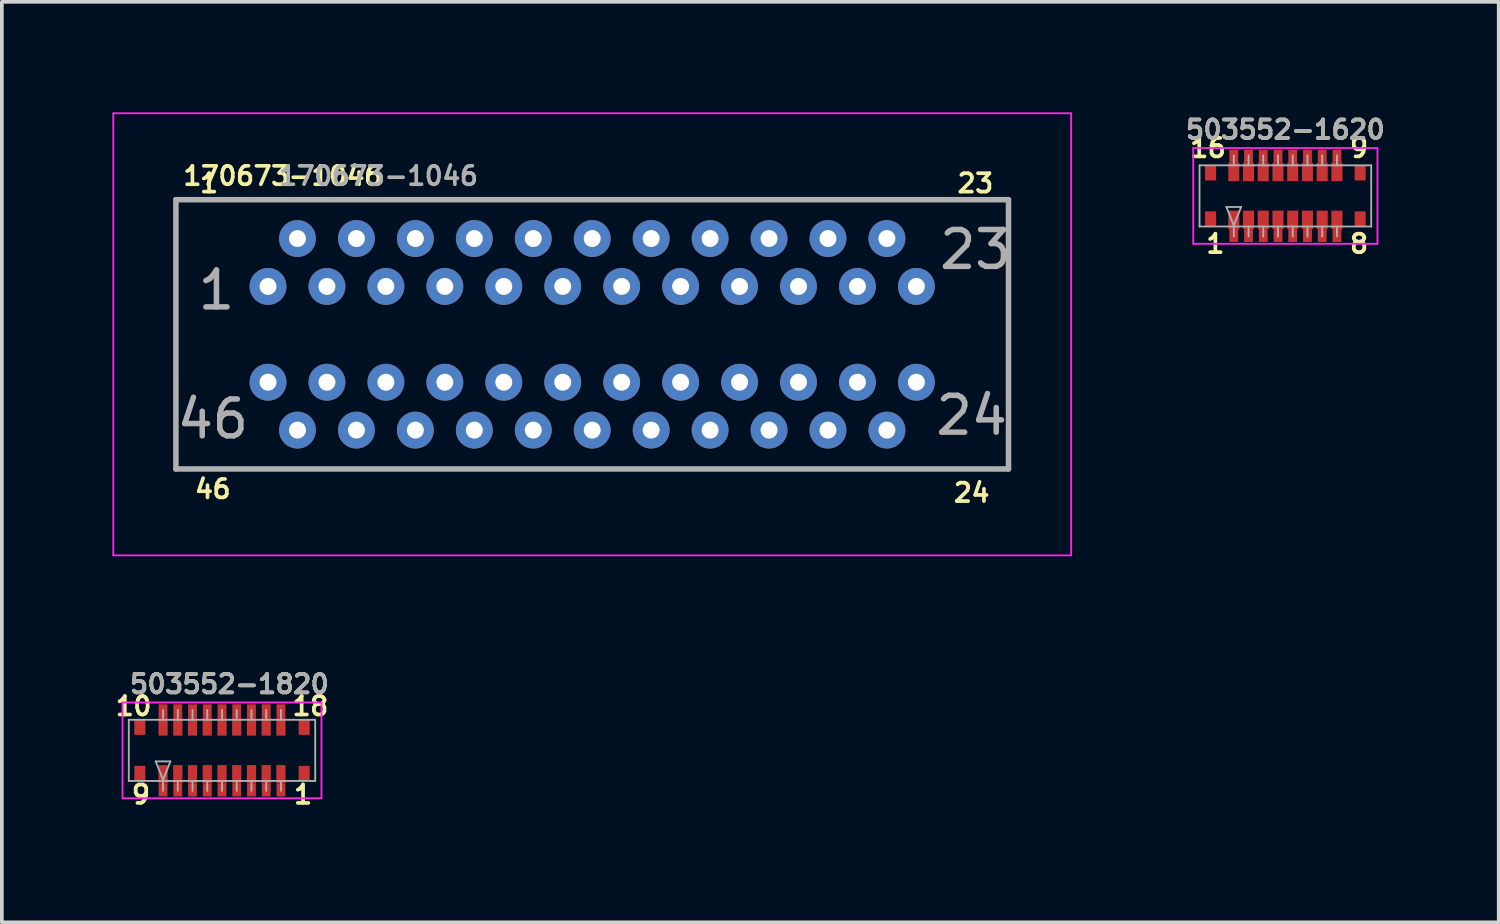
<source format=kicad_pcb>
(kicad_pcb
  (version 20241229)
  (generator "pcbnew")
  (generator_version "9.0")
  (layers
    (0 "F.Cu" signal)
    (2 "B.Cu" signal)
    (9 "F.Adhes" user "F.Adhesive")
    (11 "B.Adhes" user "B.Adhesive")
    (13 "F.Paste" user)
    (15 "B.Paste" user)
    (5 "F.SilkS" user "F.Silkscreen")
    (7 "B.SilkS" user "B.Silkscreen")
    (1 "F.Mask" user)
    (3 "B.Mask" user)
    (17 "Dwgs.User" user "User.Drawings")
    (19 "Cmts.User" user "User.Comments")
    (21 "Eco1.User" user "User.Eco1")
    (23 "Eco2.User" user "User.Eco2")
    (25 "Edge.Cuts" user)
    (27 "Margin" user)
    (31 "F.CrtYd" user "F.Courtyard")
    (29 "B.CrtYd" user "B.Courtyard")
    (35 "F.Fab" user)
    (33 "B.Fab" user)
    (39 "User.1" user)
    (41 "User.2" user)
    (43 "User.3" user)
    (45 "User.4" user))
  (footprint "503552-1620"
    (layer "F.Cu")
    (at 31.84 2.268)
    (property "Reference" "503552-1620" (at 0 -1.8 0) (layer "F.SilkS") (effects (font (size 0.5 0.5) (thickness 0.1))))
    (attr smd)
    (fp_line (start -2.5 -1.3) (end 2.5 -1.3) (stroke (width 0.05) (type solid)) (layer "F.CrtYd"))
    (fp_line (start -2.5 1.3) (end -2.5 -1.3) (stroke (width 0.05) (type solid)) (layer "F.CrtYd"))
    (fp_line (start 2.5 -1.3) (end 2.5 1.3) (stroke (width 0.05) (type solid)) (layer "F.CrtYd"))
    (fp_line (start 2.5 1.3) (end -2.5 1.3) (stroke (width 0.05) (type solid)) (layer "F.CrtYd"))
    (fp_line (start -2.33 -0.83) (end 2.33 -0.83) (stroke (width 0.05) (type solid)) (layer "F.Fab"))
    (fp_line (start -2.33 0.83) (end -2.33 -0.83) (stroke (width 0.05) (type solid)) (layer "F.Fab"))
    (fp_line (start -1.6 0.3) (end -1.2 0.3) (stroke (width 0.05) (type solid)) (layer "F.Fab"))
    (fp_line (start -1.4 -1.1) (end -1.4 -0.83) (stroke (width 0.05) (type solid)) (layer "F.Fab"))
    (fp_line (start -1.4 0.8) (end -1.6 0.3) (stroke (width 0.05) (type solid)) (layer "F.Fab"))
    (fp_line (start -1.4 0.83) (end -1.4 1.1) (stroke (width 0.05) (type solid)) (layer "F.Fab"))
    (fp_line (start -1.2 0.3) (end -1.4 0.8) (stroke (width 0.05) (type solid)) (layer "F.Fab"))
    (fp_line (start -1 -1.1) (end -1 -0.83) (stroke (width 0.05) (type solid)) (layer "F.Fab"))
    (fp_line (start -1 0.83) (end -1 1.1) (stroke (width 0.05) (type solid)) (layer "F.Fab"))
    (fp_line (start -0.6 -1.1) (end -0.6 -0.83) (stroke (width 0.05) (type solid)) (layer "F.Fab"))
    (fp_line (start -0.6 0.83) (end -0.6 1.1) (stroke (width 0.05) (type solid)) (layer "F.Fab"))
    (fp_line (start -0.2 -1.1) (end -0.2 -0.83) (stroke (width 0.05) (type solid)) (layer "F.Fab"))
    (fp_line (start -0.2 0.83) (end -0.2 1.1) (stroke (width 0.05) (type solid)) (layer "F.Fab"))
    (fp_line (start 0.2 -1.1) (end 0.2 -0.83) (stroke (width 0.05) (type solid)) (layer "F.Fab"))
    (fp_line (start 0.2 0.83) (end 0.2 1.1) (stroke (width 0.05) (type solid)) (layer "F.Fab"))
    (fp_line (start 0.6 -1.1) (end 0.6 -0.83) (stroke (width 0.05) (type solid)) (layer "F.Fab"))
    (fp_line (start 0.6 0.83) (end 0.6 1.1) (stroke (width 0.05) (type solid)) (layer "F.Fab"))
    (fp_line (start 1 -1.1) (end 1 -0.83) (stroke (width 0.05) (type solid)) (layer "F.Fab"))
    (fp_line (start 1 0.83) (end 1 1.1) (stroke (width 0.05) (type solid)) (layer "F.Fab"))
    (fp_line (start 1.4 -1.1) (end 1.4 -0.83) (stroke (width 0.05) (type solid)) (layer "F.Fab"))
    (fp_line (start 1.4 0.83) (end 1.4 1.1) (stroke (width 0.05) (type solid)) (layer "F.Fab"))
    (fp_line (start 2.33 -0.83) (end 2.33 0.83) (stroke (width 0.05) (type solid)) (layer "F.Fab"))
    (fp_line (start 2.33 0.83) (end -2.33 0.83) (stroke (width 0.05) (type solid)) (layer "F.Fab"))
    (fp_text user "9" (at 2 -1.3 0) (layer "F.SilkS") (effects (font (size 0.5 0.5) (thickness 0.1))))
    (fp_text user "8" (at 2 1.3 0) (layer "F.SilkS") (effects (font (size 0.5 0.5) (thickness 0.1))))
    (fp_text user "16" (at -2.1 -1.3 0) (layer "F.SilkS") (effects (font (size 0.5 0.5) (thickness 0.1))))
    (fp_text user "1" (at -1.9 1.3 0) (layer "F.SilkS") (effects (font (size 0.5 0.5) (thickness 0.1))))
    (fp_text user "${REFERENCE}" (at 0 -1.8 0) (layer "F.Fab") (effects (font (size 0.5 0.5) (thickness 0.1))))
    (pad "" smd rect (at -2.03 -0.63) (size 0.3 0.42) (layers "F.Cu" "F.Mask" "F.Paste"))
    (pad "" smd rect (at -2.03 0.63) (size 0.3 0.42) (layers "F.Cu" "F.Mask" "F.Paste"))
    (pad "" smd rect (at 2.03 -0.63) (size 0.3 0.42) (layers "F.Cu" "F.Mask" "F.Paste"))
    (pad "" smd rect (at 2.03 0.63) (size 0.3 0.42) (layers "F.Cu" "F.Mask" "F.Paste"))
    (pad "1" smd rect (at -1.4 0.65) (size 0.3 0.5) (layers "F.Cu"))
    (pad "1" smd rect (at -1.4 1.075) (size 0.24 0.35) (layers "F.Cu" "F.Mask" "F.Paste"))
    (pad "2" smd rect (at -1 0.65) (size 0.3 0.5) (layers "F.Cu"))
    (pad "2" smd rect (at -1 1.075) (size 0.24 0.35) (layers "F.Cu" "F.Mask" "F.Paste"))
    (pad "3" smd rect (at -0.6 0.65) (size 0.3 0.5) (layers "F.Cu"))
    (pad "3" smd rect (at -0.6 1.075) (size 0.24 0.35) (layers "F.Cu" "F.Mask" "F.Paste"))
    (pad "4" smd rect (at -0.2 0.65) (size 0.3 0.5) (layers "F.Cu"))
    (pad "4" smd rect (at -0.2 1.075) (size 0.24 0.35) (layers "F.Cu" "F.Mask" "F.Paste"))
    (pad "5" smd rect (at 0.2 0.65) (size 0.3 0.5) (layers "F.Cu"))
    (pad "5" smd rect (at 0.2 1.075) (size 0.24 0.35) (layers "F.Cu" "F.Mask" "F.Paste"))
    (pad "6" smd rect (at 0.6 0.65) (size 0.3 0.5) (layers "F.Cu"))
    (pad "6" smd rect (at 0.6 1.075) (size 0.24 0.35) (layers "F.Cu" "F.Mask" "F.Paste"))
    (pad "7" smd rect (at 1 0.65) (size 0.3 0.5) (layers "F.Cu"))
    (pad "7" smd rect (at 1 1.075) (size 0.24 0.35) (layers "F.Cu" "F.Mask" "F.Paste"))
    (pad "8" smd rect (at 1.4 0.65) (size 0.3 0.5) (layers "F.Cu"))
    (pad "8" smd rect (at 1.4 1.075) (size 0.24 0.35) (layers "F.Cu" "F.Mask" "F.Paste"))
    (pad "9" smd rect (at 1.4 -1.075) (size 0.24 0.35) (layers "F.Cu" "F.Mask" "F.Paste"))
    (pad "9" smd rect (at 1.4 -0.65) (size 0.3 0.5) (layers "F.Cu"))
    (pad "10" smd rect (at 1 -1.075) (size 0.24 0.35) (layers "F.Cu" "F.Mask" "F.Paste"))
    (pad "10" smd rect (at 1 -0.65) (size 0.3 0.5) (layers "F.Cu"))
    (pad "11" smd rect (at 0.6 -1.075) (size 0.24 0.35) (layers "F.Cu" "F.Mask" "F.Paste"))
    (pad "11" smd rect (at 0.6 -0.65) (size 0.3 0.5) (layers "F.Cu"))
    (pad "12" smd rect (at 0.2 -1.075) (size 0.24 0.35) (layers "F.Cu" "F.Mask" "F.Paste"))
    (pad "12" smd rect (at 0.2 -0.65) (size 0.3 0.5) (layers "F.Cu"))
    (pad "13" smd rect (at -0.2 -1.075) (size 0.24 0.35) (layers "F.Cu" "F.Mask" "F.Paste"))
    (pad "13" smd rect (at -0.2 -0.65) (size 0.3 0.5) (layers "F.Cu"))
    (pad "14" smd rect (at -0.6 -1.075) (size 0.24 0.35) (layers "F.Cu" "F.Mask" "F.Paste"))
    (pad "14" smd rect (at -0.6 -0.65) (size 0.3 0.5) (layers "F.Cu"))
    (pad "15" smd rect (at -1 -1.075) (size 0.24 0.35) (layers "F.Cu" "F.Mask" "F.Paste"))
    (pad "15" smd rect (at -1 -0.65) (size 0.3 0.5) (layers "F.Cu"))
    (pad "16" smd rect (at -1.4 -1.075) (size 0.24 0.35) (layers "F.Cu" "F.Mask" "F.Paste"))
    (pad "16" smd rect (at -1.4 -0.65) (size 0.3 0.5) (layers "F.Cu")))
  (footprint "170673-1046"
    (layer "F.Cu")
    (at 13.025 6.025)
    (property "Reference" "170673-1046" (at -8.4 -4.3 0) (layer "F.SilkS") (effects (font (size 0.5 0.5) (thickness 0.1))))
    (attr through_hole)
    (fp_line (start -13 -6) (end 13 -6) (stroke (width 0.05) (type solid)) (layer "F.CrtYd"))
    (fp_line (start -13 6) (end -13 -6) (stroke (width 0.05) (type solid)) (layer "F.CrtYd"))
    (fp_line (start 13 -6) (end 13 6) (stroke (width 0.05) (type solid)) (layer "F.CrtYd"))
    (fp_line (start 13 6) (end -13 6) (stroke (width 0.05) (type solid)) (layer "F.CrtYd"))
    (fp_line (start -11.3 -3.655) (end 11.3 -3.655) (stroke (width 0.15) (type solid)) (layer "F.Fab"))
    (fp_line (start -11.3 3.655) (end -11.3 -3.655) (stroke (width 0.15) (type solid)) (layer "F.Fab"))
    (fp_line (start 11.3 -3.655) (end 11.3 3.655) (stroke (width 0.15) (type solid)) (layer "F.Fab"))
    (fp_line (start 11.3 3.655) (end -11.3 3.655) (stroke (width 0.15) (type solid)) (layer "F.Fab"))
    (fp_text user "24" (at 10.3 4.3 0) (layer "F.SilkS") (effects (font (size 0.5 0.5) (thickness 0.1))))
    (fp_text user "1" (at -10.4 -4.1 0) (layer "F.SilkS") (effects (font (size 0.5 0.5) (thickness 0.1))))
    (fp_text user "23" (at 10.4 -4.1 0) (layer "F.SilkS") (effects (font (size 0.5 0.5) (thickness 0.1))))
    (fp_text user "46" (at -10.3 4.2 0) (layer "F.SilkS") (effects (font (size 0.5 0.5) (thickness 0.1))))
    (fp_text user "23" (at 10.4 -2.3 0) (layer "F.Fab") (effects (font (size 1 1) (thickness 0.15))))
    (fp_text user "${REFERENCE}" (at -5.8 -4.3 0) (layer "F.Fab") (effects (font (size 0.5 0.5) (thickness 0.1))))
    (fp_text user "46" (at -10.3 2.3 0) (layer "F.Fab") (effects (font (size 1 1) (thickness 0.15))))
    (fp_text user "1" (at -10.2 -1.2 0) (layer "F.Fab") (effects (font (size 1 1) (thickness 0.15))))
    (fp_text user "24" (at 10.3 2.2 0) (layer "F.Fab") (effects (font (size 1 1) (thickness 0.15))))
    (pad "1" thru_hole circle (at -8.8 -1.3) (size 1 1) (drill 0.46) (layers "*.Cu" "*.Mask"))
    (pad "2" thru_hole circle (at -8 -2.6) (size 1 1) (drill 0.46) (layers "*.Cu" "*.Mask"))
    (pad "3" thru_hole circle (at -7.2 -1.3) (size 1 1) (drill 0.46) (layers "*.Cu" "*.Mask"))
    (pad "4" thru_hole circle (at -6.4 -2.6) (size 1 1) (drill 0.46) (layers "*.Cu" "*.Mask"))
    (pad "5" thru_hole circle (at -5.6 -1.3) (size 1 1) (drill 0.46) (layers "*.Cu" "*.Mask"))
    (pad "6" thru_hole circle (at -4.8 -2.6) (size 1 1) (drill 0.46) (layers "*.Cu" "*.Mask"))
    (pad "7" thru_hole circle (at -4 -1.3) (size 1 1) (drill 0.46) (layers "*.Cu" "*.Mask"))
    (pad "8" thru_hole circle (at -3.2 -2.6) (size 1 1) (drill 0.46) (layers "*.Cu" "*.Mask"))
    (pad "9" thru_hole circle (at -2.4 -1.3) (size 1 1) (drill 0.46) (layers "*.Cu" "*.Mask"))
    (pad "10" thru_hole circle (at -1.6 -2.6) (size 1 1) (drill 0.46) (layers "*.Cu" "*.Mask"))
    (pad "11" thru_hole circle (at -0.8 -1.3) (size 1 1) (drill 0.46) (layers "*.Cu" "*.Mask"))
    (pad "12" thru_hole circle (at 0 -2.6) (size 1 1) (drill 0.46) (layers "*.Cu" "*.Mask"))
    (pad "13" thru_hole circle (at 0.8 -1.3) (size 1 1) (drill 0.46) (layers "*.Cu" "*.Mask"))
    (pad "14" thru_hole circle (at 1.6 -2.6) (size 1 1) (drill 0.46) (layers "*.Cu" "*.Mask"))
    (pad "15" thru_hole circle (at 2.4 -1.3) (size 1 1) (drill 0.46) (layers "*.Cu" "*.Mask"))
    (pad "16" thru_hole circle (at 3.2 -2.6) (size 1 1) (drill 0.46) (layers "*.Cu" "*.Mask"))
    (pad "17" thru_hole circle (at 4 -1.3) (size 1 1) (drill 0.46) (layers "*.Cu" "*.Mask"))
    (pad "18" thru_hole circle (at 4.8 -2.6) (size 1 1) (drill 0.46) (layers "*.Cu" "*.Mask"))
    (pad "19" thru_hole circle (at 5.6 -1.3) (size 1 1) (drill 0.46) (layers "*.Cu" "*.Mask"))
    (pad "20" thru_hole circle (at 6.4 -2.6) (size 1 1) (drill 0.46) (layers "*.Cu" "*.Mask"))
    (pad "21" thru_hole circle (at 7.2 -1.3) (size 1 1) (drill 0.46) (layers "*.Cu" "*.Mask"))
    (pad "22" thru_hole circle (at 8 -2.6) (size 1 1) (drill 0.46) (layers "*.Cu" "*.Mask"))
    (pad "23" thru_hole circle (at 8.8 -1.3) (size 1 1) (drill 0.46) (layers "*.Cu" "*.Mask"))
    (pad "24" thru_hole circle (at 8.8 1.3) (size 1 1) (drill 0.46) (layers "*.Cu" "*.Mask"))
    (pad "25" thru_hole circle (at 8 2.6) (size 1 1) (drill 0.46) (layers "*.Cu" "*.Mask"))
    (pad "26" thru_hole circle (at 7.2 1.3) (size 1 1) (drill 0.46) (layers "*.Cu" "*.Mask"))
    (pad "27" thru_hole circle (at 6.4 2.6) (size 1 1) (drill 0.46) (layers "*.Cu" "*.Mask"))
    (pad "28" thru_hole circle (at 5.6 1.3) (size 1 1) (drill 0.46) (layers "*.Cu" "*.Mask"))
    (pad "29" thru_hole circle (at 4.8 2.6) (size 1 1) (drill 0.46) (layers "*.Cu" "*.Mask"))
    (pad "30" thru_hole circle (at 4 1.3) (size 1 1) (drill 0.46) (layers "*.Cu" "*.Mask"))
    (pad "31" thru_hole circle (at 3.2 2.6) (size 1 1) (drill 0.46) (layers "*.Cu" "*.Mask"))
    (pad "32" thru_hole circle (at 2.4 1.3) (size 1 1) (drill 0.46) (layers "*.Cu" "*.Mask"))
    (pad "33" thru_hole circle (at 1.6 2.6) (size 1 1) (drill 0.46) (layers "*.Cu" "*.Mask"))
    (pad "34" thru_hole circle (at 0.8 1.3) (size 1 1) (drill 0.46) (layers "*.Cu" "*.Mask"))
    (pad "35" thru_hole circle (at 0 2.6) (size 1 1) (drill 0.46) (layers "*.Cu" "*.Mask"))
    (pad "36" thru_hole circle (at -0.8 1.3) (size 1 1) (drill 0.46) (layers "*.Cu" "*.Mask"))
    (pad "37" thru_hole circle (at -1.6 2.6) (size 1 1) (drill 0.46) (layers "*.Cu" "*.Mask"))
    (pad "38" thru_hole circle (at -2.4 1.3) (size 1 1) (drill 0.46) (layers "*.Cu" "*.Mask"))
    (pad "39" thru_hole circle (at -3.2 2.6) (size 1 1) (drill 0.46) (layers "*.Cu" "*.Mask"))
    (pad "40" thru_hole circle (at -4 1.3) (size 1 1) (drill 0.46) (layers "*.Cu" "*.Mask"))
    (pad "41" thru_hole circle (at -4.8 2.6) (size 1 1) (drill 0.46) (layers "*.Cu" "*.Mask"))
    (pad "42" thru_hole circle (at -5.6 1.3) (size 1 1) (drill 0.46) (layers "*.Cu" "*.Mask"))
    (pad "43" thru_hole circle (at -6.4 2.6) (size 1 1) (drill 0.46) (layers "*.Cu" "*.Mask"))
    (pad "44" thru_hole circle (at -7.2 1.3) (size 1 1) (drill 0.46) (layers "*.Cu" "*.Mask"))
    (pad "45" thru_hole circle (at -8 2.6) (size 1 1) (drill 0.46) (layers "*.Cu" "*.Mask"))
    (pad "46" thru_hole circle (at -8.8 1.3) (size 1 1) (drill 0.46) (layers "*.Cu" "*.Mask")))
  (footprint "503552-1820"
    (layer "F.Cu")
    (at 2.976 17.318)
    (property "Reference" "503552-1820" (at 0.2 -1.8 0) (layer "F.SilkS") (effects (font (size 0.5 0.5) (thickness 0.1))))
    (attr smd)
    (fp_line (start -2.7 -1.3) (end 2.7 -1.3) (stroke (width 0.05) (type solid)) (layer "F.CrtYd"))
    (fp_line (start -2.7 1.3) (end -2.7 -1.3) (stroke (width 0.05) (type solid)) (layer "F.CrtYd"))
    (fp_line (start 2.7 -1.3) (end 2.7 1.3) (stroke (width 0.05) (type solid)) (layer "F.CrtYd"))
    (fp_line (start 2.7 1.3) (end -2.7 1.3) (stroke (width 0.05) (type solid)) (layer "F.CrtYd"))
    (fp_line (start -2.53 -0.83) (end 2.53 -0.83) (stroke (width 0.05) (type solid)) (layer "F.Fab"))
    (fp_line (start -2.53 0.83) (end -2.53 -0.83) (stroke (width 0.05) (type solid)) (layer "F.Fab"))
    (fp_line (start -1.8 0.3) (end -1.4 0.3) (stroke (width 0.05) (type solid)) (layer "F.Fab"))
    (fp_line (start -1.6 -1.1) (end -1.6 -0.83) (stroke (width 0.05) (type solid)) (layer "F.Fab"))
    (fp_line (start -1.6 0.8) (end -1.8 0.3) (stroke (width 0.05) (type solid)) (layer "F.Fab"))
    (fp_line (start -1.6 0.83) (end -1.6 1.1) (stroke (width 0.05) (type solid)) (layer "F.Fab"))
    (fp_line (start -1.4 0.3) (end -1.6 0.8) (stroke (width 0.05) (type solid)) (layer "F.Fab"))
    (fp_line (start -1.2 -1.1) (end -1.2 -0.83) (stroke (width 0.05) (type solid)) (layer "F.Fab"))
    (fp_line (start -1.2 0.83) (end -1.2 1.1) (stroke (width 0.05) (type solid)) (layer "F.Fab"))
    (fp_line (start -0.8 -1.1) (end -0.8 -0.83) (stroke (width 0.05) (type solid)) (layer "F.Fab"))
    (fp_line (start -0.8 0.83) (end -0.8 1.1) (stroke (width 0.05) (type solid)) (layer "F.Fab"))
    (fp_line (start -0.4 -1.1) (end -0.4 -0.83) (stroke (width 0.05) (type solid)) (layer "F.Fab"))
    (fp_line (start -0.4 0.83) (end -0.4 1.1) (stroke (width 0.05) (type solid)) (layer "F.Fab"))
    (fp_line (start 0 -1.1) (end 0 -0.83) (stroke (width 0.05) (type solid)) (layer "F.Fab"))
    (fp_line (start 0 0.83) (end 0 1.1) (stroke (width 0.05) (type solid)) (layer "F.Fab"))
    (fp_line (start 0.4 -1.1) (end 0.4 -0.83) (stroke (width 0.05) (type solid)) (layer "F.Fab"))
    (fp_line (start 0.4 0.83) (end 0.4 1.1) (stroke (width 0.05) (type solid)) (layer "F.Fab"))
    (fp_line (start 0.8 -1.1) (end 0.8 -0.83) (stroke (width 0.05) (type solid)) (layer "F.Fab"))
    (fp_line (start 0.8 0.83) (end 0.8 1.1) (stroke (width 0.05) (type solid)) (layer "F.Fab"))
    (fp_line (start 1.2 -1.1) (end 1.2 -0.83) (stroke (width 0.05) (type solid)) (layer "F.Fab"))
    (fp_line (start 1.2 0.83) (end 1.2 1.1) (stroke (width 0.05) (type solid)) (layer "F.Fab"))
    (fp_line (start 1.6 -1.1) (end 1.6 -0.83) (stroke (width 0.05) (type solid)) (layer "F.Fab"))
    (fp_line (start 1.6 0.83) (end 1.6 1.1) (stroke (width 0.05) (type solid)) (layer "F.Fab"))
    (fp_line (start 2.53 -0.83) (end 2.53 0.83) (stroke (width 0.05) (type solid)) (layer "F.Fab"))
    (fp_line (start 2.53 0.83) (end -2.53 0.83) (stroke (width 0.05) (type solid)) (layer "F.Fab"))
    (fp_text user "18" (at 2.4 -1.2 0) (layer "F.SilkS") (effects (font (size 0.5 0.5) (thickness 0.1))))
    (fp_text user "10" (at -2.4 -1.2 0) (layer "F.SilkS") (effects (font (size 0.5 0.5) (thickness 0.1))))
    (fp_text user "1" (at 2.2 1.2 0) (layer "F.SilkS") (effects (font (size 0.5 0.5) (thickness 0.1))))
    (fp_text user "9" (at -2.2 1.2 0) (layer "F.SilkS") (effects (font (size 0.5 0.5) (thickness 0.1))))
    (fp_text user "${REFERENCE}" (at 0.2 -1.8 0) (layer "F.Fab") (effects (font (size 0.5 0.5) (thickness 0.1))))
    (pad "1" smd rect (at 1.6 0.65) (size 0.25 0.5) (layers "F.Cu"))
    (pad "1" smd rect (at 1.6 1.075) (size 0.24 0.35) (layers "F.Cu" "F.Mask" "F.Paste"))
    (pad "2" smd rect (at 1.2 0.65) (size 0.25 0.5) (layers "F.Cu"))
    (pad "2" smd rect (at 1.2 1.075) (size 0.24 0.35) (layers "F.Cu" "F.Mask" "F.Paste"))
    (pad "3" smd rect (at 0.8 0.65) (size 0.25 0.5) (layers "F.Cu"))
    (pad "3" smd rect (at 0.8 1.075) (size 0.24 0.35) (layers "F.Cu" "F.Mask" "F.Paste"))
    (pad "4" smd rect (at 0.4 0.65) (size 0.25 0.5) (layers "F.Cu"))
    (pad "4" smd rect (at 0.4 1.075) (size 0.24 0.35) (layers "F.Cu" "F.Mask" "F.Paste"))
    (pad "5" smd rect (at 0 0.65) (size 0.25 0.5) (layers "F.Cu"))
    (pad "5" smd rect (at 0 1.075) (size 0.24 0.35) (layers "F.Cu" "F.Mask" "F.Paste"))
    (pad "6" smd rect (at -0.4 0.65) (size 0.25 0.5) (layers "F.Cu"))
    (pad "6" smd rect (at -0.4 1.075) (size 0.24 0.35) (layers "F.Cu" "F.Mask" "F.Paste"))
    (pad "7" smd rect (at -0.8 0.65) (size 0.25 0.5) (layers "F.Cu"))
    (pad "7" smd rect (at -0.8 1.075) (size 0.24 0.35) (layers "F.Cu" "F.Mask" "F.Paste"))
    (pad "8" smd rect (at -1.2 0.65) (size 0.25 0.5) (layers "F.Cu"))
    (pad "8" smd rect (at -1.2 1.075) (size 0.24 0.35) (layers "F.Cu" "F.Mask" "F.Paste"))
    (pad "9" smd rect (at -1.6 0.65) (size 0.25 0.5) (layers "F.Cu"))
    (pad "9" smd rect (at -1.6 1.075) (size 0.24 0.35) (layers "F.Cu" "F.Mask" "F.Paste"))
    (pad "10" smd rect (at -1.6 -1.075) (size 0.24 0.35) (layers "F.Cu" "F.Mask" "F.Paste"))
    (pad "10" smd rect (at -1.6 -0.65) (size 0.25 0.5) (layers "F.Cu"))
    (pad "11" smd rect (at -1.2 -1.075) (size 0.24 0.35) (layers "F.Cu" "F.Mask" "F.Paste"))
    (pad "11" smd rect (at -1.2 -0.65) (size 0.25 0.5) (layers "F.Cu"))
    (pad "12" smd rect (at -0.8 -1.075) (size 0.24 0.35) (layers "F.Cu" "F.Mask" "F.Paste"))
    (pad "12" smd rect (at -0.8 -0.65) (size 0.25 0.5) (layers "F.Cu"))
    (pad "13" smd rect (at -0.4 -1.075) (size 0.24 0.35) (layers "F.Cu" "F.Mask" "F.Paste"))
    (pad "13" smd rect (at -0.4 -0.65) (size 0.25 0.5) (layers "F.Cu"))
    (pad "14" smd rect (at 0 -1.075) (size 0.24 0.35) (layers "F.Cu" "F.Mask" "F.Paste"))
    (pad "14" smd rect (at 0 -0.65) (size 0.25 0.5) (layers "F.Cu"))
    (pad "15" smd rect (at 0.4 -1.075) (size 0.24 0.35) (layers "F.Cu" "F.Mask" "F.Paste"))
    (pad "15" smd rect (at 0.4 -0.65) (size 0.25 0.5) (layers "F.Cu"))
    (pad "16" smd rect (at 0.8 -1.075) (size 0.24 0.35) (layers "F.Cu" "F.Mask" "F.Paste"))
    (pad "16" smd rect (at 0.8 -0.65) (size 0.25 0.5) (layers "F.Cu"))
    (pad "17" smd rect (at 1.2 -1.075) (size 0.24 0.35) (layers "F.Cu" "F.Mask" "F.Paste"))
    (pad "17" smd rect (at 1.2 -0.65) (size 0.25 0.5) (layers "F.Cu"))
    (pad "18" smd rect (at 1.6 -1.075) (size 0.24 0.35) (layers "F.Cu" "F.Mask" "F.Paste"))
    (pad "18" smd rect (at 1.6 -0.65) (size 0.25 0.5) (layers "F.Cu"))
    (pad "19" smd rect (at 2.23 -0.63) (size 0.3 0.42) (layers "F.Cu" "F.Mask" "F.Paste"))
    (pad "19" smd rect (at 2.23 0.63) (size 0.3 0.42) (layers "F.Cu" "F.Mask" "F.Paste"))
    (pad "20" smd rect (at -2.23 -0.63) (size 0.3 0.42) (layers "F.Cu" "F.Mask" "F.Paste"))
    (pad "20" smd rect (at -2.23 0.63) (size 0.3 0.42) (layers "F.Cu" "F.Mask" "F.Paste")))
  (gr_rect
    (start -3 -3)
    (end 37.631 21.986)
    (stroke (width 0.1) (type default))
    (fill no)
    (layer "Edge.Cuts")))
</source>
